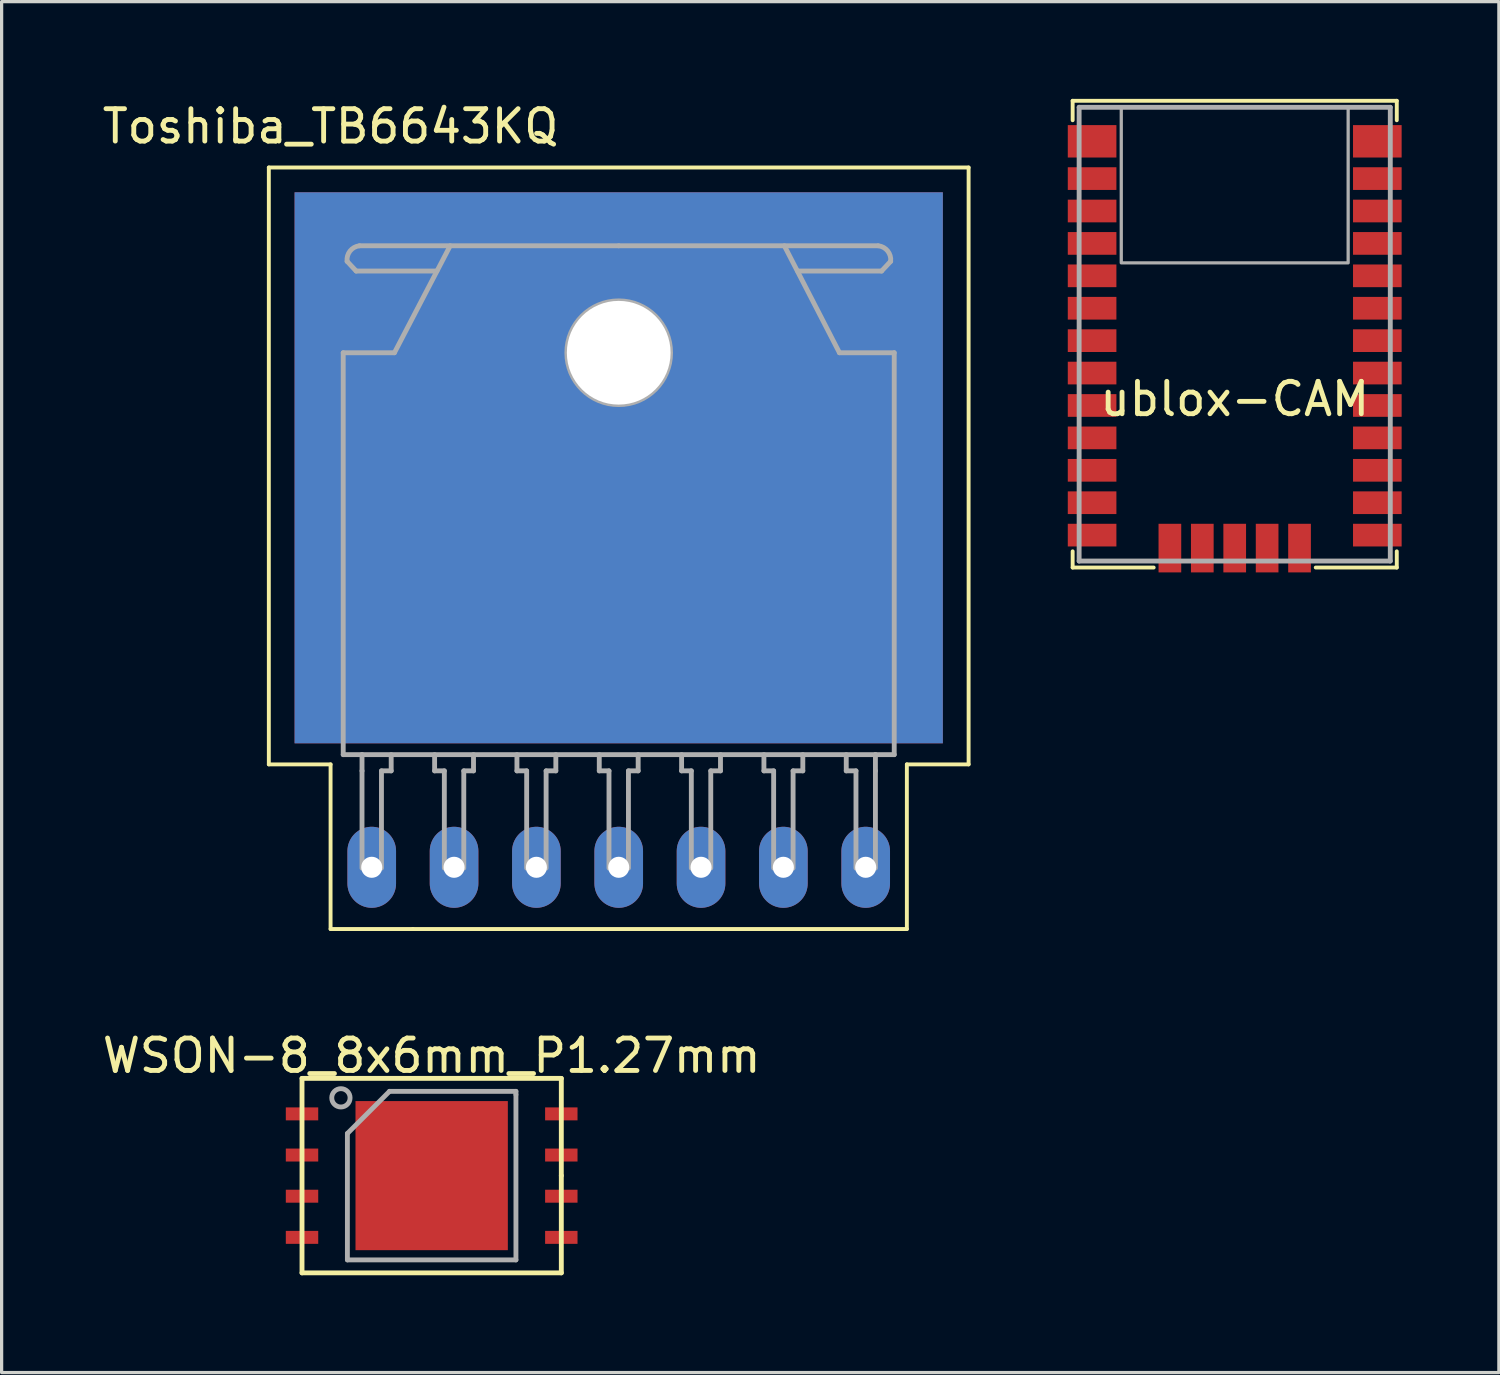
<source format=kicad_pcb>
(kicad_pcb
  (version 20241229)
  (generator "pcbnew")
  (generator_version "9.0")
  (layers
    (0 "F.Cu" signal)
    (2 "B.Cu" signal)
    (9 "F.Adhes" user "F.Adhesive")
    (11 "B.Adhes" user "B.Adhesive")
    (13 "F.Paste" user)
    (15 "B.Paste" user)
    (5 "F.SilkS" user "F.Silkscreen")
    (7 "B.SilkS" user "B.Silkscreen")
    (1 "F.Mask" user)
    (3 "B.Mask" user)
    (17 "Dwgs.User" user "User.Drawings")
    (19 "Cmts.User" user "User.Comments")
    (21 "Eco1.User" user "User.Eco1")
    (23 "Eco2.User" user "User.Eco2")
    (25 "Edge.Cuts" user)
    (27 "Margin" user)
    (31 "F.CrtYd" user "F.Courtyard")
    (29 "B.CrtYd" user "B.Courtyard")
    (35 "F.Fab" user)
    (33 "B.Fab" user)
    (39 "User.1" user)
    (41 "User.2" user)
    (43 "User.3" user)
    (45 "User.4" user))
  (footprint "ublox-CAM"
    (layer "F.Cu")
    (at 30.244 14.26)
    (property "Reference" "ublox-CAM" (at 4.8 -5 0) (layer "F.SilkS") (effects (font (size 1 1) (thickness 0.15))))
    (attr smd)
    (fp_line (start -0.2 -14.2) (end 9.8 -14.2) (stroke (width 0.12) (type solid)) (layer "F.SilkS"))
    (fp_line (start -0.2 -13.6) (end -0.2 -14.2) (stroke (width 0.12) (type solid)) (layer "F.SilkS"))
    (fp_line (start -0.2 -0.3) (end -0.2 0.2) (stroke (width 0.12) (type solid)) (layer "F.SilkS"))
    (fp_line (start -0.2 0.2) (end 2.3 0.2) (stroke (width 0.12) (type solid)) (layer "F.SilkS"))
    (fp_line (start 7.3 0.2) (end 9.8 0.2) (stroke (width 0.12) (type solid)) (layer "F.SilkS"))
    (fp_line (start 9.8 -14.2) (end 9.8 -13.6) (stroke (width 0.12) (type solid)) (layer "F.SilkS"))
    (fp_line (start 9.8 0.2) (end 9.8 -0.3) (stroke (width 0.12) (type solid)) (layer "F.SilkS"))
    (fp_line (start 0 -14) (end 9.6 -14) (stroke (width 0.15) (type solid)) (layer "F.Fab"))
    (fp_line (start 0 0) (end 0 -14) (stroke (width 0.15) (type solid)) (layer "F.Fab"))
    (fp_line (start 9.6 -14) (end 9.6 0) (stroke (width 0.15) (type solid)) (layer "F.Fab"))
    (fp_line (start 9.6 0) (end 0 0) (stroke (width 0.15) (type solid)) (layer "F.Fab"))
    (fp_poly (pts (xy 8.3 -9.2) (xy 1.3 -9.2) (xy 1.3 -14) (xy 8.3 -14)) (stroke (width 0.1) (type solid)) (fill no) (layer "F.Fab"))
    (pad "1" smd rect (at 9.2 -0.8) (size 1.5 0.7) (layers "F.Cu" "F.Mask" "F.Paste"))
    (pad "2" smd rect (at 9.2 -1.8) (size 1.5 0.7) (layers "F.Cu" "F.Mask" "F.Paste"))
    (pad "3" smd rect (at 9.2 -2.8) (size 1.5 0.7) (layers "F.Cu" "F.Mask" "F.Paste"))
    (pad "4" smd rect (at 9.2 -3.8) (size 1.5 0.7) (layers "F.Cu" "F.Mask" "F.Paste"))
    (pad "5" smd rect (at 9.2 -4.8) (size 1.5 0.7) (layers "F.Cu" "F.Mask" "F.Paste"))
    (pad "6" smd rect (at 9.2 -5.8) (size 1.5 0.7) (layers "F.Cu" "F.Mask" "F.Paste"))
    (pad "7" smd rect (at 9.2 -6.8) (size 1.5 0.7) (layers "F.Cu" "F.Mask" "F.Paste"))
    (pad "8" smd rect (at 9.2 -7.8) (size 1.5 0.7) (layers "F.Cu" "F.Mask" "F.Paste"))
    (pad "9" smd rect (at 9.2 -8.8) (size 1.5 0.7) (layers "F.Cu" "F.Mask" "F.Paste"))
    (pad "10" smd rect (at 9.2 -9.8) (size 1.5 0.7) (layers "F.Cu" "F.Mask" "F.Paste"))
    (pad "11" smd rect (at 9.2 -10.8) (size 1.5 0.7) (layers "F.Cu" "F.Mask" "F.Paste"))
    (pad "12" smd rect (at 9.2 -11.8) (size 1.5 0.7) (layers "F.Cu" "F.Mask" "F.Paste"))
    (pad "13" smd rect (at 9.2 -12.95) (size 1.5 1) (layers "F.Cu" "F.Mask" "F.Paste"))
    (pad "14" smd rect (at 0.4 -12.95) (size 1.5 1) (layers "F.Cu" "F.Mask" "F.Paste"))
    (pad "15" smd rect (at 0.4 -11.8) (size 1.5 0.7) (layers "F.Cu" "F.Mask" "F.Paste"))
    (pad "16" smd rect (at 0.4 -10.8) (size 1.5 0.7) (layers "F.Cu" "F.Mask" "F.Paste"))
    (pad "17" smd rect (at 0.4 -9.8) (size 1.5 0.7) (layers "F.Cu" "F.Mask" "F.Paste"))
    (pad "18" smd rect (at 0.4 -8.8) (size 1.5 0.7) (layers "F.Cu" "F.Mask" "F.Paste"))
    (pad "19" smd rect (at 0.4 -7.8) (size 1.5 0.7) (layers "F.Cu" "F.Mask" "F.Paste"))
    (pad "20" smd rect (at 0.4 -6.8) (size 1.5 0.7) (layers "F.Cu" "F.Mask" "F.Paste"))
    (pad "21" smd rect (at 0.4 -5.8) (size 1.5 0.7) (layers "F.Cu" "F.Mask" "F.Paste"))
    (pad "22" smd rect (at 0.4 -4.8) (size 1.5 0.7) (layers "F.Cu" "F.Mask" "F.Paste"))
    (pad "23" smd rect (at 0.4 -3.8) (size 1.5 0.7) (layers "F.Cu" "F.Mask" "F.Paste"))
    (pad "24" smd rect (at 0.4 -2.8) (size 1.5 0.7) (layers "F.Cu" "F.Mask" "F.Paste"))
    (pad "25" smd rect (at 0.4 -1.8) (size 1.5 0.7) (layers "F.Cu" "F.Mask" "F.Paste"))
    (pad "26" smd rect (at 0.4 -0.8) (size 1.5 0.7) (layers "F.Cu" "F.Mask" "F.Paste"))
    (pad "27" smd rect (at 2.8 -0.4 90) (size 1.5 0.7) (layers "F.Cu" "F.Mask" "F.Paste"))
    (pad "28" smd rect (at 3.8 -0.4 90) (size 1.5 0.7) (layers "F.Cu" "F.Mask" "F.Paste"))
    (pad "29" smd rect (at 4.8 -0.4 90) (size 1.5 0.7) (layers "F.Cu" "F.Mask" "F.Paste"))
    (pad "30" smd rect (at 5.8 -0.4 90) (size 1.5 0.7) (layers "F.Cu" "F.Mask" "F.Paste"))
    (pad "31" smd rect (at 6.8 -0.4 90) (size 1.5 0.7) (layers "F.Cu" "F.Mask" "F.Paste")))
  (footprint "WSON-8_8x6mm_P1.27mm"
    (layer "F.Cu")
    (at 10.268 33.221)
    (property "Reference" "WSON-8_8x6mm_P1.27mm" (at 0 -3.7 0) (layer "F.SilkS") (effects (font (size 1 1) (thickness 0.15))))
    (attr smd)
    (fp_line (start -4 -3) (end -4 3) (stroke (width 0.15) (type solid)) (layer "F.SilkS"))
    (fp_line (start -4 3) (end 4 3) (stroke (width 0.15) (type solid)) (layer "F.SilkS"))
    (fp_line (start 4 -3) (end -4 -3) (stroke (width 0.15) (type solid)) (layer "F.SilkS"))
    (fp_line (start 4 0) (end 4 -3) (stroke (width 0.15) (type solid)) (layer "F.SilkS"))
    (fp_line (start 4 3) (end 4 0) (stroke (width 0.15) (type solid)) (layer "F.SilkS"))
    (fp_line (start -2.6 -1.3) (end -2.6 2.6) (stroke (width 0.15) (type solid)) (layer "F.Fab"))
    (fp_line (start -2.6 2.6) (end 2.6 2.6) (stroke (width 0.15) (type solid)) (layer "F.Fab"))
    (fp_line (start -1.3 -2.6) (end -2.6 -1.3) (stroke (width 0.15) (type solid)) (layer "F.Fab"))
    (fp_line (start 2.6 -2.6) (end -1.3 -2.6) (stroke (width 0.15) (type solid)) (layer "F.Fab"))
    (fp_line (start 2.6 -2.5) (end 2.6 -2.6) (stroke (width 0.15) (type solid)) (layer "F.Fab"))
    (fp_line (start 2.6 2.6) (end 2.6 -2.5) (stroke (width 0.15) (type solid)) (layer "F.Fab"))
    (fp_circle (center -2.8 -2.4) (end -2.6 -2.2) (stroke (width 0.15) (type solid)) (fill no) (layer "F.Fab"))
    (pad "1" smd rect (at -4 -1.905) (size 1 0.4) (layers "F.Cu" "F.Mask" "F.Paste"))
    (pad "2" smd rect (at -4 -0.635) (size 1 0.4) (layers "F.Cu" "F.Mask" "F.Paste"))
    (pad "3" smd rect (at -4 0.635) (size 1 0.4) (layers "F.Cu" "F.Mask" "F.Paste"))
    (pad "4" smd rect (at -4 1.905) (size 1 0.4) (layers "F.Cu" "F.Mask" "F.Paste"))
    (pad "5" smd rect (at 4 1.905) (size 1 0.4) (layers "F.Cu" "F.Mask" "F.Paste"))
    (pad "6" smd rect (at 4 0.635) (size 1 0.4) (layers "F.Cu" "F.Mask" "F.Paste"))
    (pad "7" smd rect (at 4 -0.635) (size 1 0.4) (layers "F.Cu" "F.Mask" "F.Paste"))
    (pad "8" smd rect (at 4 -1.905) (size 1 0.4) (layers "F.Cu" "F.Mask" "F.Paste"))
    (pad "9" smd rect (at 0 0) (size 4.7 4.6) (layers "F.Cu" "F.Mask" "F.Paste")))
  (footprint "Toshiba_TB6643KQ"
    (layer "F.Cu")
    (at 16.039 7.833)
    (property "Reference" "Toshiba_TB6643KQ" (at -8.89 -6.985 0) (layer "F.SilkS") (effects (font (size 1 1) (thickness 0.15))))
    (attr through_hole)
    (fp_line (start -10.795 -5.715) (end -10.795 12.7) (stroke (width 0.12) (type solid)) (layer "F.SilkS"))
    (fp_line (start -10.795 12.7) (end -8.89 12.7) (stroke (width 0.12) (type solid)) (layer "F.SilkS"))
    (fp_line (start -8.89 12.7) (end -8.89 17.78) (stroke (width 0.12) (type solid)) (layer "F.SilkS"))
    (fp_line (start -8.89 17.78) (end -6.35 17.78) (stroke (width 0.12) (type solid)) (layer "F.SilkS"))
    (fp_line (start -6.35 17.78) (end 8.89 17.78) (stroke (width 0.12) (type solid)) (layer "F.SilkS"))
    (fp_line (start 8.89 12.7) (end 10.795 12.7) (stroke (width 0.12) (type solid)) (layer "F.SilkS"))
    (fp_line (start 8.89 17.78) (end 8.89 12.7) (stroke (width 0.12) (type solid)) (layer "F.SilkS"))
    (fp_line (start 10.795 -5.715) (end -10.795 -5.715) (stroke (width 0.12) (type solid)) (layer "F.SilkS"))
    (fp_line (start 10.795 12.7) (end 10.795 -5.715) (stroke (width 0.12) (type solid)) (layer "F.SilkS"))
    (fp_line (start -8.5 12.4) (end -8.5 0) (stroke (width 0.15) (type solid)) (layer "F.Fab"))
    (fp_line (start -8.5 12.4) (end -7.92 12.4) (stroke (width 0.15) (type solid)) (layer "F.Fab"))
    (fp_line (start -8.38 -2.82) (end -8.1 -2.52) (stroke (width 0.15) (type solid)) (layer "F.Fab"))
    (fp_line (start -8.1 -2.52) (end -5.61 -2.52) (stroke (width 0.15) (type solid)) (layer "F.Fab"))
    (fp_line (start -7.92 12.9) (end -7.92 12.4) (stroke (width 0.15) (type solid)) (layer "F.Fab"))
    (fp_line (start -7.92 15.9) (end -7.92 12.9) (stroke (width 0.15) (type solid)) (layer "F.Fab"))
    (fp_line (start -7.32 12.9) (end -7.02 12.9) (stroke (width 0.15) (type solid)) (layer "F.Fab"))
    (fp_line (start -7.32 15.9) (end -7.32 12.9) (stroke (width 0.15) (type solid)) (layer "F.Fab"))
    (fp_line (start -7.02 12.9) (end -7.02 12.4) (stroke (width 0.15) (type solid)) (layer "F.Fab"))
    (fp_line (start -6.92 0) (end -8.5 0) (stroke (width 0.15) (type solid)) (layer "F.Fab"))
    (fp_line (start -6.92 0) (end -5.2 -3.3) (stroke (width 0.15) (type solid)) (layer "F.Fab"))
    (fp_line (start -5.68 12.9) (end -5.68 12.4) (stroke (width 0.15) (type solid)) (layer "F.Fab"))
    (fp_line (start -5.38 12.9) (end -5.68 12.9) (stroke (width 0.15) (type solid)) (layer "F.Fab"))
    (fp_line (start -5.38 15.9) (end -5.38 12.9) (stroke (width 0.15) (type solid)) (layer "F.Fab"))
    (fp_line (start -4.78 12.9) (end -4.48 12.9) (stroke (width 0.15) (type solid)) (layer "F.Fab"))
    (fp_line (start -4.78 15.9) (end -4.78 12.9) (stroke (width 0.15) (type solid)) (layer "F.Fab"))
    (fp_line (start -4.48 12.9) (end -4.48 12.4) (stroke (width 0.15) (type solid)) (layer "F.Fab"))
    (fp_line (start -3.14 12.9) (end -3.14 12.4) (stroke (width 0.15) (type solid)) (layer "F.Fab"))
    (fp_line (start -2.84 12.9) (end -3.14 12.9) (stroke (width 0.15) (type solid)) (layer "F.Fab"))
    (fp_line (start -2.84 15.9) (end -2.84 12.9) (stroke (width 0.15) (type solid)) (layer "F.Fab"))
    (fp_line (start -2.24 12.9) (end -1.94 12.9) (stroke (width 0.15) (type solid)) (layer "F.Fab"))
    (fp_line (start -2.24 15.9) (end -2.24 12.9) (stroke (width 0.15) (type solid)) (layer "F.Fab"))
    (fp_line (start -1.94 12.9) (end -1.94 12.4) (stroke (width 0.15) (type solid)) (layer "F.Fab"))
    (fp_line (start -0.6 12.9) (end -0.6 12.4) (stroke (width 0.15) (type solid)) (layer "F.Fab"))
    (fp_line (start -0.3 12.9) (end -0.6 12.9) (stroke (width 0.15) (type solid)) (layer "F.Fab"))
    (fp_line (start -0.3 15.9) (end -0.3 12.9) (stroke (width 0.15) (type solid)) (layer "F.Fab"))
    (fp_line (start 0 -3.3) (end -8 -3.3) (stroke (width 0.15) (type solid)) (layer "F.Fab"))
    (fp_line (start 0 -3.3) (end 8 -3.3) (stroke (width 0.15) (type solid)) (layer "F.Fab"))
    (fp_line (start 0.3 12.9) (end 0.6 12.9) (stroke (width 0.15) (type solid)) (layer "F.Fab"))
    (fp_line (start 0.3 15.9) (end 0.3 12.9) (stroke (width 0.15) (type solid)) (layer "F.Fab"))
    (fp_line (start 0.6 12.9) (end 0.6 12.4) (stroke (width 0.15) (type solid)) (layer "F.Fab"))
    (fp_line (start 1.94 12.9) (end 1.94 12.4) (stroke (width 0.15) (type solid)) (layer "F.Fab"))
    (fp_line (start 2.24 12.9) (end 1.94 12.9) (stroke (width 0.15) (type solid)) (layer "F.Fab"))
    (fp_line (start 2.24 15.9) (end 2.24 12.9) (stroke (width 0.15) (type solid)) (layer "F.Fab"))
    (fp_line (start 2.84 12.9) (end 3.14 12.9) (stroke (width 0.15) (type solid)) (layer "F.Fab"))
    (fp_line (start 2.84 15.9) (end 2.84 12.9) (stroke (width 0.15) (type solid)) (layer "F.Fab"))
    (fp_line (start 3.14 12.9) (end 3.14 12.4) (stroke (width 0.15) (type solid)) (layer "F.Fab"))
    (fp_line (start 4.48 12.9) (end 4.48 12.4) (stroke (width 0.15) (type solid)) (layer "F.Fab"))
    (fp_line (start 4.78 12.9) (end 4.48 12.9) (stroke (width 0.15) (type solid)) (layer "F.Fab"))
    (fp_line (start 4.78 15.9) (end 4.78 12.9) (stroke (width 0.15) (type solid)) (layer "F.Fab"))
    (fp_line (start 5.38 12.9) (end 5.68 12.9) (stroke (width 0.15) (type solid)) (layer "F.Fab"))
    (fp_line (start 5.38 15.9) (end 5.38 12.9) (stroke (width 0.15) (type solid)) (layer "F.Fab"))
    (fp_line (start 5.68 12.9) (end 5.68 12.4) (stroke (width 0.15) (type solid)) (layer "F.Fab"))
    (fp_line (start 6.81 0) (end 5.11 -3.3) (stroke (width 0.15) (type solid)) (layer "F.Fab"))
    (fp_line (start 7.02 12.9) (end 7.02 12.4) (stroke (width 0.15) (type solid)) (layer "F.Fab"))
    (fp_line (start 7.32 12.9) (end 7.02 12.9) (stroke (width 0.15) (type solid)) (layer "F.Fab"))
    (fp_line (start 7.32 15.9) (end 7.32 12.9) (stroke (width 0.15) (type solid)) (layer "F.Fab"))
    (fp_line (start 7.92 12.4) (end -7.92 12.4) (stroke (width 0.15) (type solid)) (layer "F.Fab"))
    (fp_line (start 7.92 12.9) (end 7.92 12.4) (stroke (width 0.15) (type solid)) (layer "F.Fab"))
    (fp_line (start 7.92 15.9) (end 7.92 12.9) (stroke (width 0.15) (type solid)) (layer "F.Fab"))
    (fp_line (start 8.11 -2.52) (end 5.52 -2.52) (stroke (width 0.15) (type solid)) (layer "F.Fab"))
    (fp_line (start 8.39 -2.82) (end 8.11 -2.52) (stroke (width 0.15) (type solid)) (layer "F.Fab"))
    (fp_line (start 8.5 0) (end 6.81 0) (stroke (width 0.15) (type solid)) (layer "F.Fab"))
    (fp_line (start 8.5 12.4) (end 7.92 12.4) (stroke (width 0.15) (type solid)) (layer "F.Fab"))
    (fp_line (start 8.5 12.4) (end 8.5 0) (stroke (width 0.15) (type solid)) (layer "F.Fab"))
    (fp_arc (start -8.38 -2.82) (mid -8.289411 -3.138701) (end -8 -3.3) (stroke (width 0.15) (type solid)) (layer "F.Fab"))
    (fp_arc (start 8.01 -3.3) (mid 8.299411 -3.138701) (end 8.39 -2.82) (stroke (width 0.15) (type solid)) (layer "F.Fab"))
    (fp_circle (center 0 0) (end 1.6 0) (stroke (width 0.15) (type solid)) (fill no) (layer "F.Fab"))
    (pad "1" thru_hole oval (at -7.62 15.875) (size 1.5 2.5) (drill 0.65) (layers "*.Cu" "*.Mask"))
    (pad "2" thru_hole oval (at -5.08 15.875) (size 1.5 2.5) (drill 0.65) (layers "*.Cu" "*.Mask"))
    (pad "3" thru_hole oval (at -2.54 15.875) (size 1.5 2.5) (drill 0.65) (layers "*.Cu" "*.Mask"))
    (pad "4" thru_hole oval (at 0 15.875) (size 1.5 2.5) (drill 0.65) (layers "*.Cu" "*.Mask"))
    (pad "5" thru_hole oval (at 2.54 15.875) (size 1.5 2.5) (drill 0.65) (layers "*.Cu" "*.Mask"))
    (pad "6" thru_hole oval (at 5.08 15.875) (size 1.5 2.5) (drill 0.65) (layers "*.Cu" "*.Mask"))
    (pad "7" thru_hole oval (at 7.62 15.875) (size 1.5 2.5) (drill 0.65) (layers "*.Cu" "*.Mask"))
    (pad "8" thru_hole rect (at 0 0) (size 20 17) (drill 3.2 (offset 0 3.55)) (layers "*.Mask" "F.Cu")))
  (gr_rect
    (start -3 -3)
    (end 43.194 39.297)
    (stroke (width 0.1) (type default))
    (fill no)
    (layer "Edge.Cuts")))
</source>
